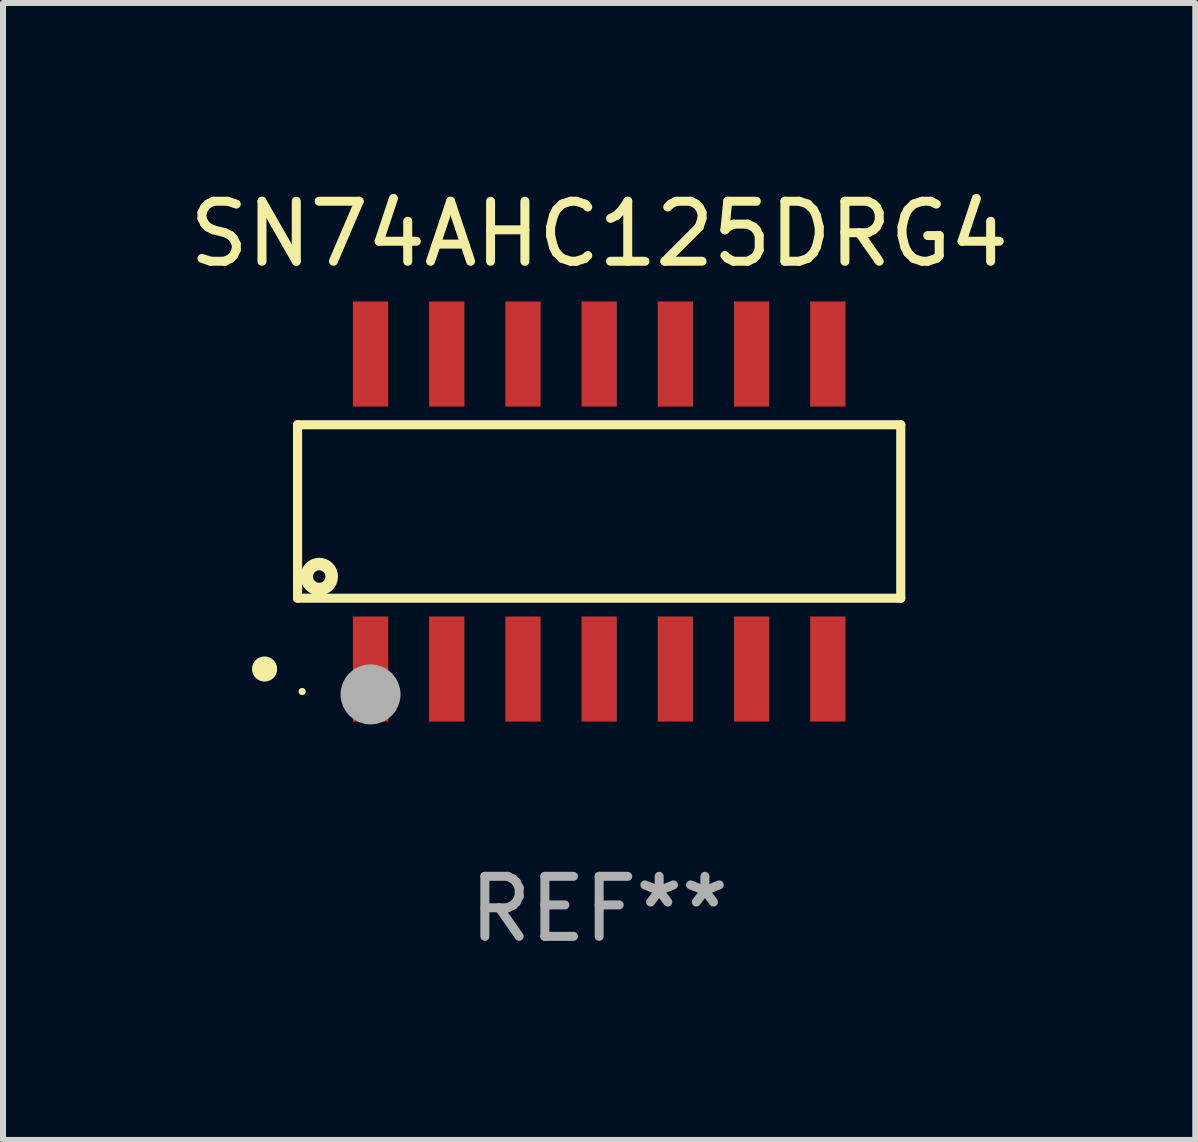
<source format=kicad_pcb>
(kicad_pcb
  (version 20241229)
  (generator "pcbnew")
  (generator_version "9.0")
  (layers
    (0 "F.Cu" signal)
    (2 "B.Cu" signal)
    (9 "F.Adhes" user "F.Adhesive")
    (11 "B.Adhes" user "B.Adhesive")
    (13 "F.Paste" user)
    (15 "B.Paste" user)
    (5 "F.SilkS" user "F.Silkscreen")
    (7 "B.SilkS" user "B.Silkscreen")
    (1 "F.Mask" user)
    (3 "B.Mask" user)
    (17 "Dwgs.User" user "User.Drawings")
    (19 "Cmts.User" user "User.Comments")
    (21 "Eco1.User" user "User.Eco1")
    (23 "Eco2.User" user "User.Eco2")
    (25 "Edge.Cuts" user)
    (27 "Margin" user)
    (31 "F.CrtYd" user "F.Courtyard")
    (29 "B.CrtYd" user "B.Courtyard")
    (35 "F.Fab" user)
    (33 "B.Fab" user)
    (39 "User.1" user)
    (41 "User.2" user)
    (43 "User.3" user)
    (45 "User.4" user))
  (footprint "SN74AHC125DRG4"
    (layer "F.Cu")
    (at 6.935 5.474)
    (property "Reference" "SN74AHC125DRG4" (at 0 -4.625 0) (layer "F.SilkS") (effects (font (size 1 1) (thickness 0.15))))
    (attr through_hole)
    (fp_line (start -5.026 -1.445) (end 5.026 -1.445) (stroke (width 0.152) (type solid)) (layer "F.SilkS"))
    (fp_line (start -5.026 1.445) (end -5.026 -1.445) (stroke (width 0.152) (type solid)) (layer "F.SilkS"))
    (fp_line (start 5.026 -1.445) (end 5.026 1.445) (stroke (width 0.152) (type solid)) (layer "F.SilkS"))
    (fp_line (start 5.026 1.445) (end -5.026 1.445) (stroke (width 0.152) (type solid)) (layer "F.SilkS"))
    (fp_circle (center -5.576 2.625) (end -5.471 2.625) (stroke (width 0.209) (type solid)) (fill no) (layer "F.SilkS"))
    (fp_circle (center -4.95 3) (end -4.92 3) (stroke (width 0.06) (type solid)) (fill no) (layer "F.SilkS"))
    (fp_circle (center -4.665 1.084) (end -4.561 1.084) (stroke (width 0.209) (type solid)) (fill no) (layer "F.SilkS"))
    (fp_circle (center -3.81 3.048) (end -3.56 3.048) (stroke (width 0.5) (type solid)) (fill no) (layer "F.Fab"))
    (fp_text user "REF**" (at 0 6.625 0) (layer "F.Fab") (effects (font (size 1 1) (thickness 0.15))))
    (pad "1" smd rect (at -3.81 2.625) (size 0.588 1.751) (layers "F.Cu" "F.Mask" "F.Paste"))
    (pad "2" smd rect (at -2.54 2.625) (size 0.588 1.751) (layers "F.Cu" "F.Mask" "F.Paste"))
    (pad "3" smd rect (at -1.27 2.625) (size 0.588 1.751) (layers "F.Cu" "F.Mask" "F.Paste"))
    (pad "4" smd rect (at -0.000013 2.625) (size 0.588 1.751) (layers "F.Cu" "F.Mask" "F.Paste"))
    (pad "5" smd rect (at 1.27 2.625) (size 0.588 1.751) (layers "F.Cu" "F.Mask" "F.Paste"))
    (pad "6" smd rect (at 2.54 2.625) (size 0.588 1.751) (layers "F.Cu" "F.Mask" "F.Paste"))
    (pad "7" smd rect (at 3.81 2.625) (size 0.588 1.751) (layers "F.Cu" "F.Mask" "F.Paste"))
    (pad "8" smd rect (at 3.81 -2.625) (size 0.588 1.751) (layers "F.Cu" "F.Mask" "F.Paste"))
    (pad "9" smd rect (at 2.54 -2.625) (size 0.588 1.751) (layers "F.Cu" "F.Mask" "F.Paste"))
    (pad "10" smd rect (at 1.27 -2.625) (size 0.588 1.751) (layers "F.Cu" "F.Mask" "F.Paste"))
    (pad "11" smd rect (at -0.000013 -2.625) (size 0.588 1.751) (layers "F.Cu" "F.Mask" "F.Paste"))
    (pad "12" smd rect (at -1.27 -2.625) (size 0.588 1.751) (layers "F.Cu" "F.Mask" "F.Paste"))
    (pad "13" smd rect (at -2.54 -2.625) (size 0.588 1.751) (layers "F.Cu" "F.Mask" "F.Paste"))
    (pad "14" smd rect (at -3.81 -2.625) (size 0.588 1.751) (layers "F.Cu" "F.Mask" "F.Paste")))
  (gr_rect
    (start -3 -3)
    (end 16.869 15.947)
    (stroke (width 0.1) (type default))
    (fill no)
    (layer "Edge.Cuts")))
</source>
